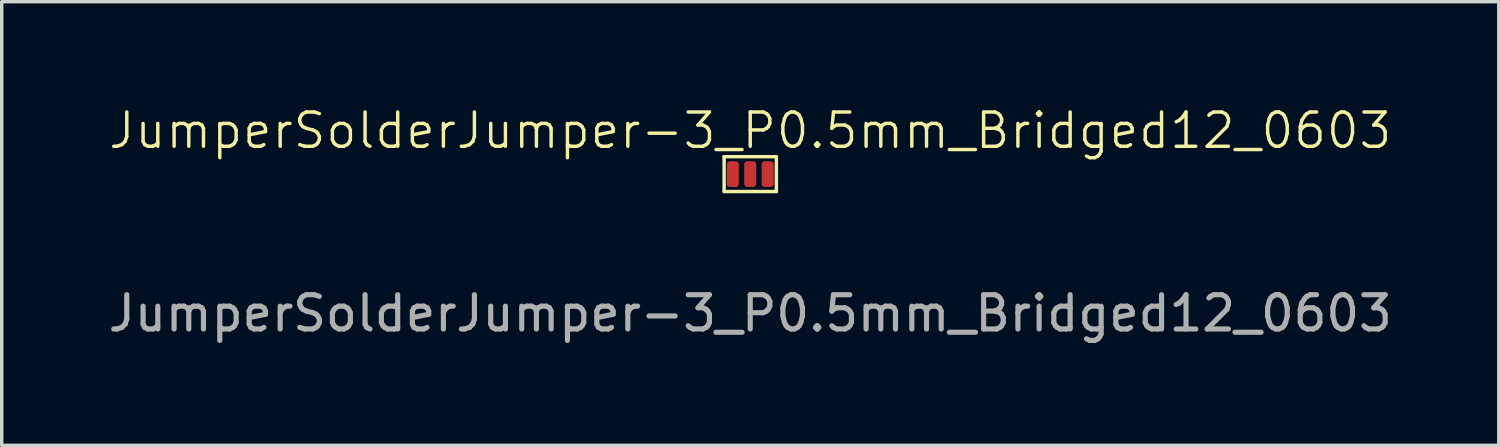
<source format=kicad_pcb>
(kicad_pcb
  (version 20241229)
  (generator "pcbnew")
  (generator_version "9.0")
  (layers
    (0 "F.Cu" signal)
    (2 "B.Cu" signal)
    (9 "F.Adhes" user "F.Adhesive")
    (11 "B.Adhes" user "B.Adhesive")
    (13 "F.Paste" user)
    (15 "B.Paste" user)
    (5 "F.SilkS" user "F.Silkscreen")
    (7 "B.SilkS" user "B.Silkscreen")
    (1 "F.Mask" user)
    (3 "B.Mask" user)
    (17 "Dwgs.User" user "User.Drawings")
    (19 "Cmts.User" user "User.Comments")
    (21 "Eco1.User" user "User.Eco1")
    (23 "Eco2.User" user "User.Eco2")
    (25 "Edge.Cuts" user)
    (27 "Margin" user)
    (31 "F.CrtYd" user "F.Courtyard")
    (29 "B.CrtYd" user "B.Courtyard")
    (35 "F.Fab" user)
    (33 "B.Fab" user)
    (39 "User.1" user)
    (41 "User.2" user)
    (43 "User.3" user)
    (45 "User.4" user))
  (footprint "JumperSolderJumper-3_P0.5mm_Bridged12_0603"
    (layer "F.Cu")
    (at 18.839 2.03)
    (property "Reference" "JumperSolderJumper-3_P0.5mm_Bridged12_0603" (at 0 -1.27 0) (unlocked yes) (layer "F.SilkS") (effects (font (size 1 1) (thickness 0.1))))
    (attr smd)
    (fp_line (start -0.762 -0.508) (end -0.762 0.508) (stroke (width 0.1) (type default)) (layer "F.SilkS"))
    (fp_line (start -0.762 0.508) (end 0.762 0.508) (stroke (width 0.1) (type default)) (layer "F.SilkS"))
    (fp_line (start 0.762 -0.508) (end -0.762 -0.508) (stroke (width 0.1) (type default)) (layer "F.SilkS"))
    (fp_line (start 0.762 0.508) (end 0.762 -0.508) (stroke (width 0.1) (type default)) (layer "F.SilkS"))
    (fp_text user "${REFERENCE}" (at 0 4.064 0) (unlocked yes) (layer "F.Fab") (effects (font (size 1 1) (thickness 0.15))))
    (pad "1" smd roundrect (at -0.508 0 90) (size 0.75 0.35) (layers "F.Cu" "F.Mask" "F.Paste") (roundrect_rratio 0.25))
    (pad "2" smd roundrect (at 0 0 90) (size 0.75 0.35) (layers "F.Cu" "F.Mask" "F.Paste") (roundrect_rratio 0.25))
    (pad "3" smd roundrect (at 0.508 0 90) (size 0.75 0.35) (layers "F.Cu" "F.Mask" "F.Paste") (roundrect_rratio 0.25)))
  (gr_rect
    (start -3 -3)
    (end 40.679 9.943)
    (stroke (width 0.1) (type default))
    (fill no)
    (layer "Edge.Cuts")))
</source>
